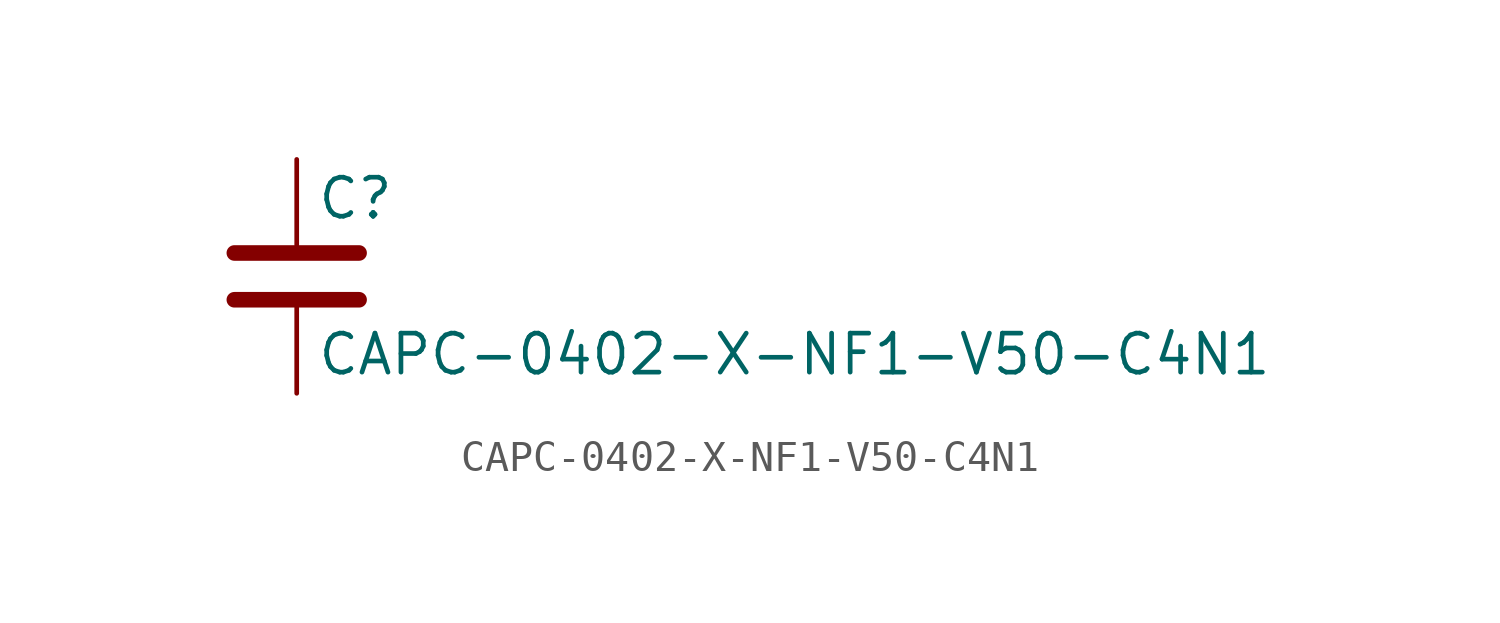
<source format=kicad_sym>
(kicad_symbol_lib
  (version 20211014)
  (generator kicad_symbol_editor)
  (symbol "CAPC-0402-X-NF1-V50-C4N1"
    (pin_numbers hide)
    (pin_names
      (offset 0.254))
    (property "Reference" "C"
      (at 0.635 2.54 0)
      (effects (font (size 1.27 1.27)) (justify left)))
    (property "Value" "CAPC-0402-X-NF1-V50-C4N1"
      (at 0.635 -2.54 0)
      (effects (font (size 1.27 1.27)) (justify left)))
    (symbol "CAPC-0402-X-NF1-V50-C4N1_0_1"
      (polyline (pts (xy -2.032 -0.762) (xy 2.032 -0.762)) (stroke (width 0.508) (type default) (color 0 0 0 0)) (fill (type none)))
      (polyline (pts (xy -2.032 0.762) (xy 2.032 0.762)) (stroke (width 0.508) (type default) (color 0 0 0 0)) (fill (type none))))
    (symbol "CAPC-0402-X-NF1-V50-C4N1_1_1"
      (pin passive line (at 0 3.81 270) (length 2.794) (name "~" (effects (font (size 1.27 1.27)))) (number "1" (effects (font (size 1.27 1.27)))))
      (pin passive line (at 0 -3.81 90) (length 2.794) (name "~" (effects (font (size 1.27 1.27)))) (number "2" (effects (font (size 1.27 1.27))))))))
</source>
